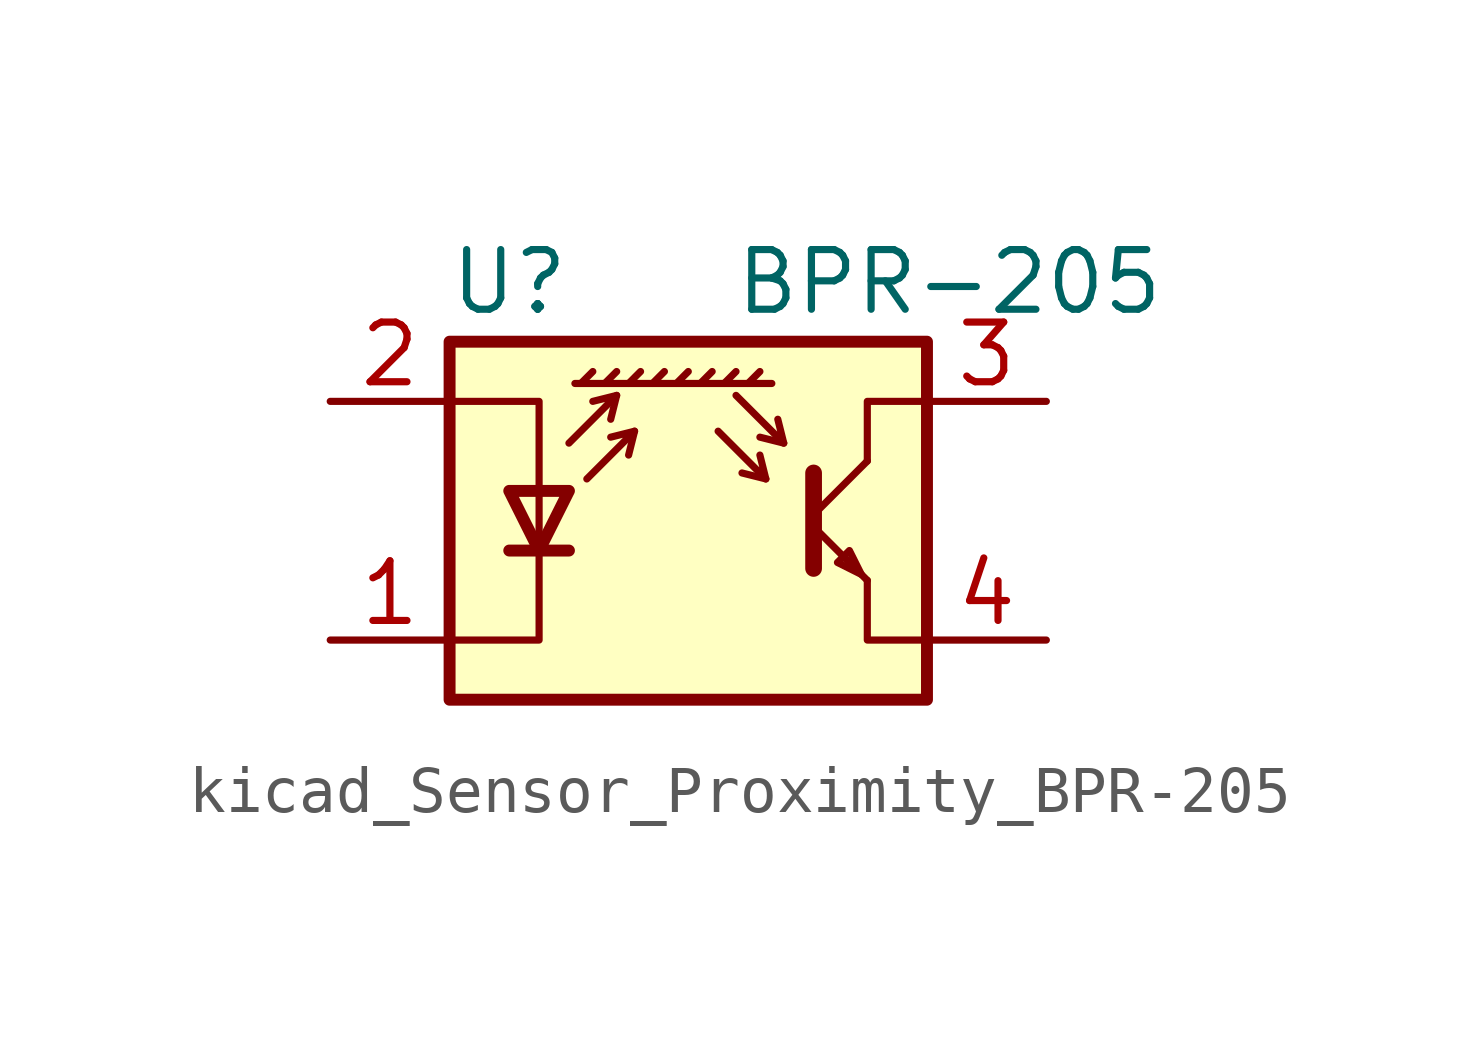
<source format=kicad_sym>
(kicad_symbol_lib
  (version 20220914)
  (generator kicad_symbol_editor)
  (symbol "kicad_Sensor_Proximity_BPR-205"
    (pin_names
      (offset 1.016) hide)
    (property "Reference" "U"
      (at -3.81 5.08 0)
      (effects (font (size 1.27 1.27))))
    (property "Value" "BPR-205"
      (at 10.16 5.08 0)
      (effects (font (size 1.27 1.27)) (justify right)))
    (symbol "kicad_Sensor_Proximity_BPR-205_0_1"
      (polyline (pts (xy -3.81 -0.635) (xy -2.54 -0.635)) (stroke (width 0.254) (type default)) (fill (type none)))
      (polyline (pts (xy -2.286 2.921) (xy -2.032 3.175)) (stroke (width 0) (type default)) (fill (type none)))
      (polyline (pts (xy -1.778 2.921) (xy -1.524 3.175)) (stroke (width 0) (type default)) (fill (type none)))
      (polyline (pts (xy -1.524 2.667) (xy -1.651 2.159)) (stroke (width 0) (type default)) (fill (type none)))
      (polyline (pts (xy -1.27 2.921) (xy -1.016 3.175)) (stroke (width 0) (type default)) (fill (type none)))
      (polyline (pts (xy -1.143 1.905) (xy -1.27 1.397)) (stroke (width 0) (type default)) (fill (type none)))
      (polyline (pts (xy -0.762 2.921) (xy -0.508 3.175)) (stroke (width 0) (type default)) (fill (type none)))
      (polyline (pts (xy -0.254 2.921) (xy 0 3.175)) (stroke (width 0) (type default)) (fill (type none)))
      (polyline (pts (xy 0.254 2.921) (xy 0.508 3.175)) (stroke (width 0) (type default)) (fill (type none)))
      (polyline (pts (xy 0.762 2.921) (xy 1.016 3.175)) (stroke (width 0) (type default)) (fill (type none)))
      (polyline (pts (xy 1.27 2.921) (xy 1.524 3.175)) (stroke (width 0) (type default)) (fill (type none)))
      (polyline (pts (xy 1.651 0.889) (xy 1.143 1.016)) (stroke (width 0) (type default)) (fill (type none)))
      (polyline (pts (xy 1.778 2.921) (xy -2.413 2.921)) (stroke (width 0) (type default)) (fill (type none)))
      (polyline (pts (xy 2.032 1.651) (xy 1.524 1.778)) (stroke (width 0) (type default)) (fill (type none)))
      (polyline (pts (xy 2.667 -0.127) (xy 3.81 -1.27)) (stroke (width 0) (type default)) (fill (type none)))
      (polyline (pts (xy 2.667 0.127) (xy 3.81 1.27)) (stroke (width 0) (type default)) (fill (type none)))
      (polyline (pts (xy -2.54 1.651) (xy -1.524 2.667) (xy -2.032 2.54)) (stroke (width 0) (type default)) (fill (type none)))
      (polyline (pts (xy -2.159 0.889) (xy -1.143 1.905) (xy -1.651 1.778)) (stroke (width 0) (type default)) (fill (type none)))
      (polyline (pts (xy 0.635 1.905) (xy 1.651 0.889) (xy 1.524 1.397)) (stroke (width 0) (type default)) (fill (type none)))
      (polyline (pts (xy 1.016 2.667) (xy 2.032 1.651) (xy 1.905 2.159)) (stroke (width 0) (type default)) (fill (type none)))
      (polyline (pts (xy 2.667 1.016) (xy 2.667 -1.016) (xy 2.667 -1.016)) (stroke (width 0.356) (type default)) (fill (type none)))
      (polyline (pts (xy 3.81 -1.27) (xy 3.81 -2.54) (xy 5.08 -2.54)) (stroke (width 0) (type default)) (fill (type none)))
      (polyline (pts (xy 3.81 1.27) (xy 3.81 2.54) (xy 5.08 2.54)) (stroke (width 0) (type default)) (fill (type none)))
      (polyline (pts (xy -5.08 -2.54) (xy -3.175 -2.54) (xy -3.175 2.54) (xy -5.08 2.54)) (stroke (width 0) (type default)) (fill (type none)))
      (polyline (pts (xy -3.175 -0.635) (xy -3.81 0.635) (xy -2.54 0.635) (xy -3.175 -0.635)) (stroke (width 0.254) (type default)) (fill (type none)))
      (polyline (pts (xy 3.683 -1.143) (xy 3.429 -0.635) (xy 3.175 -0.889) (xy 3.683 -1.143)) (stroke (width 0) (type default)) (fill (type none)))
      (polyline (pts (xy -5.08 -3.81) (xy 5.08 -3.81) (xy 5.08 3.81) (xy -5.08 3.81) (xy -5.08 -3.81)) (stroke (width 0.254) (type default)) (fill (type background))))
    (symbol "kicad_Sensor_Proximity_BPR-205_1_1"
      (pin passive line (at -7.62 -2.54 0) (length 2.54) (name "K" (effects (font (size 1.27 1.27)))) (number "1" (effects (font (size 1.27 1.27)))))
      (pin passive line (at -7.62 2.54 0) (length 2.54) (name "A" (effects (font (size 1.27 1.27)))) (number "2" (effects (font (size 1.27 1.27)))))
      (pin open_collector line (at 7.62 2.54 180) (length 2.54) (name "C" (effects (font (size 1.27 1.27)))) (number "3" (effects (font (size 1.27 1.27)))))
      (pin open_emitter line (at 7.62 -2.54 180) (length 2.54) (name "E" (effects (font (size 1.27 1.27)))) (number "4" (effects (font (size 1.27 1.27))))))))
</source>
